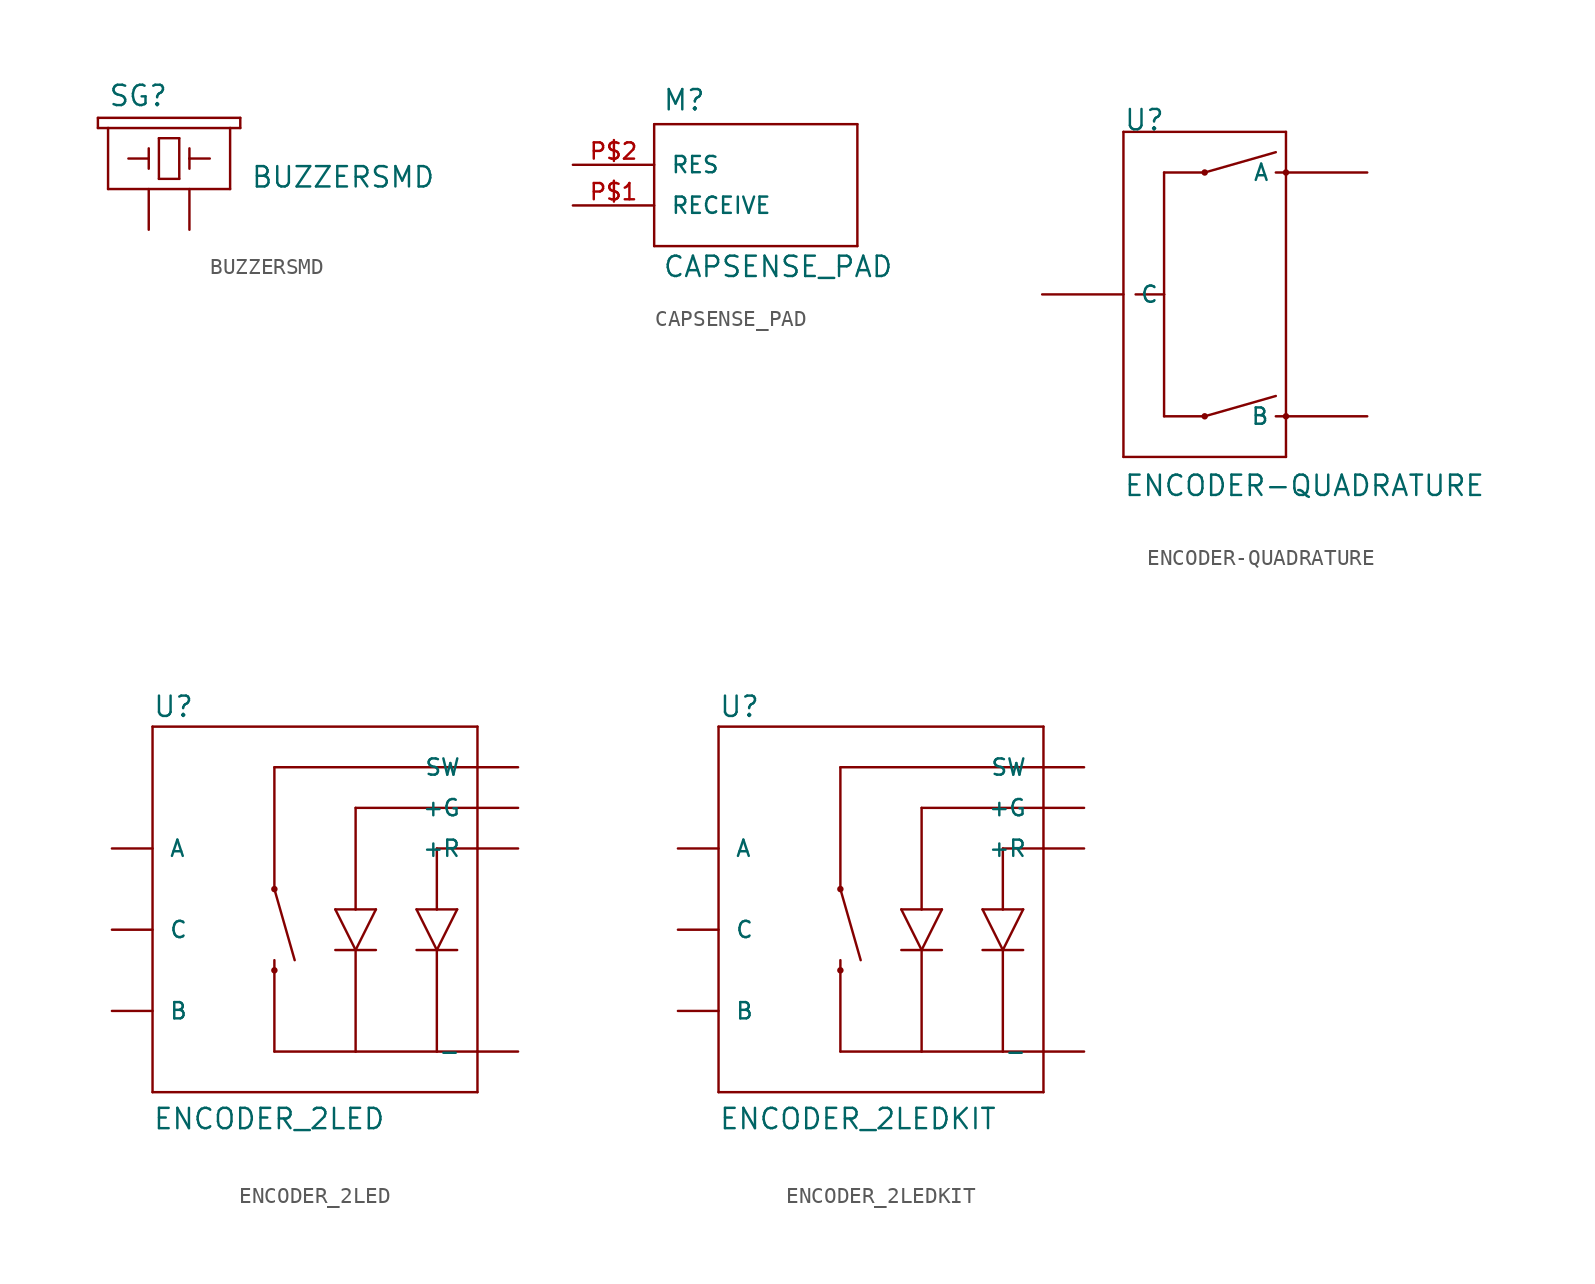
<source format=kicad_sym>
(kicad_symbol_lib
  (version 20211014)
  (generator kicad_symbol_editor)
  (symbol "BUZZERSMD"
    (pin_numbers hide)
    (pin_names
      (offset 1.016) hide)
    (property "Reference" "SG"
      (at -2.54 5.08 0)
      (effects (font (size 1.27 1.27)) (justify left bottom)))
    (property "Value" "BUZZERSMD"
      (at 6.35 0 0)
      (effects (font (size 1.27 1.27)) (justify left bottom)))
    (property "ki_locked" ""
      (at 0 0 0)
      (effects (font (size 1.27 1.27))))
    (symbol "BUZZERSMD_1_0"
      (polyline (pts (xy -3.175 3.81) (xy -2.54 3.81)) (stroke (width 0) (type default) (color 0 0 0 0)) (fill (type none)))
      (polyline (pts (xy -3.175 4.445) (xy -3.175 3.81)) (stroke (width 0) (type default) (color 0 0 0 0)) (fill (type none)))
      (polyline (pts (xy -2.54 0) (xy 5.08 0)) (stroke (width 0) (type default) (color 0 0 0 0)) (fill (type none)))
      (polyline (pts (xy -2.54 3.81) (xy -2.54 0)) (stroke (width 0) (type default) (color 0 0 0 0)) (fill (type none)))
      (polyline (pts (xy -2.54 3.81) (xy 5.08 3.81)) (stroke (width 0) (type default) (color 0 0 0 0)) (fill (type none)))
      (polyline (pts (xy -1.27 1.905) (xy 0 1.905)) (stroke (width 0) (type default) (color 0 0 0 0)) (fill (type none)))
      (polyline (pts (xy 0 1.905) (xy 0 1.27)) (stroke (width 0) (type default) (color 0 0 0 0)) (fill (type none)))
      (polyline (pts (xy 0 1.905) (xy 0 2.54)) (stroke (width 0) (type default) (color 0 0 0 0)) (fill (type none)))
      (polyline (pts (xy 0.635 0.635) (xy 1.905 0.635)) (stroke (width 0) (type default) (color 0 0 0 0)) (fill (type none)))
      (polyline (pts (xy 0.635 3.175) (xy 0.635 0.635)) (stroke (width 0) (type default) (color 0 0 0 0)) (fill (type none)))
      (polyline (pts (xy 1.905 0.635) (xy 1.905 3.175)) (stroke (width 0) (type default) (color 0 0 0 0)) (fill (type none)))
      (polyline (pts (xy 1.905 3.175) (xy 0.635 3.175)) (stroke (width 0) (type default) (color 0 0 0 0)) (fill (type none)))
      (polyline (pts (xy 2.54 1.905) (xy 2.54 1.27)) (stroke (width 0) (type default) (color 0 0 0 0)) (fill (type none)))
      (polyline (pts (xy 2.54 1.905) (xy 3.81 1.905)) (stroke (width 0) (type default) (color 0 0 0 0)) (fill (type none)))
      (polyline (pts (xy 2.54 2.54) (xy 2.54 1.905)) (stroke (width 0) (type default) (color 0 0 0 0)) (fill (type none)))
      (polyline (pts (xy 5.08 0) (xy 5.08 3.81)) (stroke (width 0) (type default) (color 0 0 0 0)) (fill (type none)))
      (polyline (pts (xy 5.08 3.81) (xy 5.715 3.81)) (stroke (width 0) (type default) (color 0 0 0 0)) (fill (type none)))
      (polyline (pts (xy 5.715 3.81) (xy 5.715 4.445)) (stroke (width 0) (type default) (color 0 0 0 0)) (fill (type none)))
      (polyline (pts (xy 5.715 4.445) (xy -3.175 4.445)) (stroke (width 0) (type default) (color 0 0 0 0)) (fill (type none))))
    (symbol "BUZZERSMD_1_1"
      (pin passive line (at 0 -2.54 90) (length 2.54) (name "1" (effects (font (size 1.016 1.016)))) (number "P$1" (effects (font (size 1.016 1.016)))))
      (pin passive line (at 2.54 -2.54 90) (length 2.54) (name "2" (effects (font (size 1.016 1.016)))) (number "P$2" (effects (font (size 1.016 1.016)))))))
  (symbol "CAPSENSE_PAD"
    (pin_names
      (offset 1.016))
    (property "Reference" "M"
      (at -4.572 3.302 0)
      (effects (font (size 1.27 1.27)) (justify left bottom)))
    (property "Value" "CAPSENSE_PAD"
      (at -4.572 -7.112 0)
      (effects (font (size 1.27 1.27)) (justify left bottom)))
    (property "ki_locked" ""
      (at 0 0 0)
      (effects (font (size 1.27 1.27))))
    (symbol "CAPSENSE_PAD_1_0"
      (polyline (pts (xy -5.08 -5.08) (xy -5.08 2.54)) (stroke (width 0) (type default) (color 0 0 0 0)) (fill (type none)))
      (polyline (pts (xy -5.08 2.54) (xy 7.62 2.54)) (stroke (width 0) (type default) (color 0 0 0 0)) (fill (type none)))
      (polyline (pts (xy 7.62 -5.08) (xy -5.08 -5.08)) (stroke (width 0) (type default) (color 0 0 0 0)) (fill (type none)))
      (polyline (pts (xy 7.62 2.54) (xy 7.62 -5.08)) (stroke (width 0) (type default) (color 0 0 0 0)) (fill (type none))))
    (symbol "CAPSENSE_PAD_1_1"
      (pin bidirectional line (at -10.16 -2.54 0) (length 5.08) (name "RECEIVE" (effects (font (size 1.016 1.016)))) (number "P$1" (effects (font (size 1.016 1.016)))))
      (pin bidirectional line (at -10.16 0 0) (length 5.08) (name "RES" (effects (font (size 1.016 1.016)))) (number "P$2" (effects (font (size 1.016 1.016)))))))
  (symbol "ENCODER-QUADRATURE"
    (pin_numbers hide)
    (pin_names
      (offset 1.016))
    (property "Reference" "U"
      (at -5.08 10.16 0)
      (effects (font (size 1.27 1.27)) (justify left bottom)))
    (property "Value" "ENCODER-QUADRATURE"
      (at -5.08 -12.7 0)
      (effects (font (size 1.27 1.27)) (justify left bottom)))
    (property "ki_locked" ""
      (at 0 0 0)
      (effects (font (size 1.27 1.27))))
    (symbol "ENCODER-QUADRATURE_1_0"
      (polyline (pts (xy -5.08 -10.16) (xy 5.08 -10.16)) (stroke (width 0) (type default) (color 0 0 0 0)) (fill (type none)))
      (polyline (pts (xy -5.08 10.16) (xy -5.08 -10.16)) (stroke (width 0) (type default) (color 0 0 0 0)) (fill (type none)))
      (polyline (pts (xy -2.54 -7.62) (xy 0 -7.62)) (stroke (width 0) (type default) (color 0 0 0 0)) (fill (type none)))
      (polyline (pts (xy -2.54 0) (xy -4.318 0)) (stroke (width 0) (type default) (color 0 0 0 0)) (fill (type none)))
      (polyline (pts (xy -2.54 0) (xy -2.54 -7.62)) (stroke (width 0) (type default) (color 0 0 0 0)) (fill (type none)))
      (polyline (pts (xy -2.54 7.62) (xy -2.54 0)) (stroke (width 0) (type default) (color 0 0 0 0)) (fill (type none)))
      (polyline (pts (xy 0 -7.62) (xy 4.445 -6.35)) (stroke (width 0) (type default) (color 0 0 0 0)) (fill (type none)))
      (polyline (pts (xy 0 7.62) (xy -2.54 7.62)) (stroke (width 0) (type default) (color 0 0 0 0)) (fill (type none)))
      (polyline (pts (xy 0 7.62) (xy 4.445 8.89)) (stroke (width 0) (type default) (color 0 0 0 0)) (fill (type none)))
      (polyline (pts (xy 4.445 -7.62) (xy 5.08 -7.62)) (stroke (width 0) (type default) (color 0 0 0 0)) (fill (type none)))
      (polyline (pts (xy 4.445 7.62) (xy 5.08 7.62)) (stroke (width 0) (type default) (color 0 0 0 0)) (fill (type none)))
      (polyline (pts (xy 5.08 -10.16) (xy 5.08 10.16)) (stroke (width 0) (type default) (color 0 0 0 0)) (fill (type none)))
      (polyline (pts (xy 5.08 10.16) (xy -5.08 10.16)) (stroke (width 0) (type default) (color 0 0 0 0)) (fill (type none))))
    (symbol "ENCODER-QUADRATURE_1_1"
      (circle (center 0 -7.62) (radius 0.127) (stroke (width 0) (type default) (color 0 0 0 0)) (fill (type outline)))
      (circle (center 0 7.62) (radius 0.127) (stroke (width 0) (type default) (color 0 0 0 0)) (fill (type outline)))
      (circle (center 5.08 -7.62) (radius 0.127) (stroke (width 0) (type default) (color 0 0 0 0)) (fill (type outline)))
      (circle (center 5.08 7.62) (radius 0.127) (stroke (width 0) (type default) (color 0 0 0 0)) (fill (type outline)))
      (pin bidirectional line (at 10.16 7.62 180) (length 5.08) (name "A" (effects (font (size 1.016 1.016)))) (number "A" (effects (font (size 1.016 1.016)))))
      (pin bidirectional line (at 10.16 -7.62 180) (length 5.08) (name "B" (effects (font (size 1.016 1.016)))) (number "B" (effects (font (size 1.016 1.016)))))
      (pin bidirectional line (at -10.16 0 0) (length 5.08) (name "C" (effects (font (size 1.016 1.016)))) (number "C" (effects (font (size 1.016 1.016)))))))
  (symbol "ENCODER_2LED"
    (pin_numbers hide)
    (pin_names
      (offset 1.016))
    (property "Reference" "U"
      (at -10.16 13.208 0)
      (effects (font (size 1.27 1.27)) (justify left bottom)))
    (property "Value" "ENCODER_2LED"
      (at -10.16 -12.573 0)
      (effects (font (size 1.27 1.27)) (justify left bottom)))
    (property "ki_locked" ""
      (at 0 0 0)
      (effects (font (size 1.27 1.27))))
    (symbol "ENCODER_2LED_1_0"
      (polyline (pts (xy -10.16 -10.16) (xy 10.16 -10.16)) (stroke (width 0) (type default) (color 0 0 0 0)) (fill (type none)))
      (polyline (pts (xy -10.16 12.7) (xy -10.16 -10.16)) (stroke (width 0) (type default) (color 0 0 0 0)) (fill (type none)))
      (polyline (pts (xy -2.54 -7.62) (xy 2.54 -7.62)) (stroke (width 0) (type default) (color 0 0 0 0)) (fill (type none)))
      (polyline (pts (xy -2.54 -2.54) (xy -2.54 -7.62)) (stroke (width 0) (type default) (color 0 0 0 0)) (fill (type none)))
      (polyline (pts (xy -2.54 -1.905) (xy -2.54 -2.54)) (stroke (width 0) (type default) (color 0 0 0 0)) (fill (type none)))
      (polyline (pts (xy -2.54 2.54) (xy -2.54 10.16)) (stroke (width 0) (type default) (color 0 0 0 0)) (fill (type none)))
      (polyline (pts (xy -2.54 2.54) (xy -1.27 -1.905)) (stroke (width 0) (type default) (color 0 0 0 0)) (fill (type none)))
      (polyline (pts (xy -2.54 10.16) (xy 10.16 10.16)) (stroke (width 0) (type default) (color 0 0 0 0)) (fill (type none)))
      (polyline (pts (xy 2.54 -7.62) (xy 7.62 -7.62)) (stroke (width 0) (type default) (color 0 0 0 0)) (fill (type none)))
      (polyline (pts (xy 2.54 -1.27) (xy 1.27 -1.27)) (stroke (width 0) (type default) (color 0 0 0 0)) (fill (type none)))
      (polyline (pts (xy 2.54 -1.27) (xy 1.27 1.27)) (stroke (width 0) (type default) (color 0 0 0 0)) (fill (type none)))
      (polyline (pts (xy 2.54 -1.27) (xy 2.54 -7.62)) (stroke (width 0) (type default) (color 0 0 0 0)) (fill (type none)))
      (polyline (pts (xy 2.54 1.27) (xy 1.27 1.27)) (stroke (width 0) (type default) (color 0 0 0 0)) (fill (type none)))
      (polyline (pts (xy 2.54 1.27) (xy 2.54 7.62)) (stroke (width 0) (type default) (color 0 0 0 0)) (fill (type none)))
      (polyline (pts (xy 2.54 7.62) (xy 10.16 7.62)) (stroke (width 0) (type default) (color 0 0 0 0)) (fill (type none)))
      (polyline (pts (xy 3.81 -1.27) (xy 2.54 -1.27)) (stroke (width 0) (type default) (color 0 0 0 0)) (fill (type none)))
      (polyline (pts (xy 3.81 1.27) (xy 2.54 -1.27)) (stroke (width 0) (type default) (color 0 0 0 0)) (fill (type none)))
      (polyline (pts (xy 3.81 1.27) (xy 2.54 1.27)) (stroke (width 0) (type default) (color 0 0 0 0)) (fill (type none)))
      (polyline (pts (xy 7.62 -7.62) (xy 10.16 -7.62)) (stroke (width 0) (type default) (color 0 0 0 0)) (fill (type none)))
      (polyline (pts (xy 7.62 -1.27) (xy 6.35 -1.27)) (stroke (width 0) (type default) (color 0 0 0 0)) (fill (type none)))
      (polyline (pts (xy 7.62 -1.27) (xy 6.35 1.27)) (stroke (width 0) (type default) (color 0 0 0 0)) (fill (type none)))
      (polyline (pts (xy 7.62 -1.27) (xy 7.62 -7.62)) (stroke (width 0) (type default) (color 0 0 0 0)) (fill (type none)))
      (polyline (pts (xy 7.62 1.27) (xy 6.35 1.27)) (stroke (width 0) (type default) (color 0 0 0 0)) (fill (type none)))
      (polyline (pts (xy 7.62 1.27) (xy 7.62 5.08)) (stroke (width 0) (type default) (color 0 0 0 0)) (fill (type none)))
      (polyline (pts (xy 7.62 5.08) (xy 10.16 5.08)) (stroke (width 0) (type default) (color 0 0 0 0)) (fill (type none)))
      (polyline (pts (xy 8.89 -1.27) (xy 7.62 -1.27)) (stroke (width 0) (type default) (color 0 0 0 0)) (fill (type none)))
      (polyline (pts (xy 8.89 1.27) (xy 7.62 -1.27)) (stroke (width 0) (type default) (color 0 0 0 0)) (fill (type none)))
      (polyline (pts (xy 8.89 1.27) (xy 7.62 1.27)) (stroke (width 0) (type default) (color 0 0 0 0)) (fill (type none)))
      (polyline (pts (xy 10.16 -10.16) (xy 10.16 -7.62)) (stroke (width 0) (type default) (color 0 0 0 0)) (fill (type none)))
      (polyline (pts (xy 10.16 -7.62) (xy 10.16 5.08)) (stroke (width 0) (type default) (color 0 0 0 0)) (fill (type none)))
      (polyline (pts (xy 10.16 5.08) (xy 10.16 7.62)) (stroke (width 0) (type default) (color 0 0 0 0)) (fill (type none)))
      (polyline (pts (xy 10.16 7.62) (xy 10.16 10.16)) (stroke (width 0) (type default) (color 0 0 0 0)) (fill (type none)))
      (polyline (pts (xy 10.16 10.16) (xy 10.16 12.7)) (stroke (width 0) (type default) (color 0 0 0 0)) (fill (type none)))
      (polyline (pts (xy 10.16 12.7) (xy -10.16 12.7)) (stroke (width 0) (type default) (color 0 0 0 0)) (fill (type none))))
    (symbol "ENCODER_2LED_1_1"
      (circle (center -2.54 -2.54) (radius 0.127) (stroke (width 0) (type default) (color 0 0 0 0)) (fill (type outline)))
      (circle (center -2.54 2.54) (radius 0.127) (stroke (width 0) (type default) (color 0 0 0 0)) (fill (type outline)))
      (pin passive line (at 12.7 7.62 180) (length 2.54) (name "+G" (effects (font (size 1.016 1.016)))) (number "+G" (effects (font (size 1.016 1.016)))))
      (pin passive line (at 12.7 5.08 180) (length 2.54) (name "+R" (effects (font (size 1.016 1.016)))) (number "+R" (effects (font (size 1.016 1.016)))))
      (pin bidirectional line (at -12.7 5.08 0) (length 2.54) (name "A" (effects (font (size 1.016 1.016)))) (number "A" (effects (font (size 1.016 1.016)))))
      (pin bidirectional line (at -12.7 -5.08 0) (length 2.54) (name "B" (effects (font (size 1.016 1.016)))) (number "B" (effects (font (size 1.016 1.016)))))
      (pin bidirectional line (at -12.7 0 0) (length 2.54) (name "C" (effects (font (size 1.016 1.016)))) (number "C" (effects (font (size 1.016 1.016)))))
      (pin passive line (at 12.7 -7.62 180) (length 2.54) (name "-" (effects (font (size 1.016 1.016)))) (number "GND" (effects (font (size 1.016 1.016)))))
      (pin passive line (at 12.7 10.16 180) (length 2.54) (name "SW" (effects (font (size 1.016 1.016)))) (number "SW" (effects (font (size 1.016 1.016)))))))
  (symbol "ENCODER_2LEDKIT"
    (pin_numbers hide)
    (pin_names
      (offset 1.016))
    (property "Reference" "U"
      (at -10.16 13.208 0)
      (effects (font (size 1.27 1.27)) (justify left bottom)))
    (property "Value" "ENCODER_2LEDKIT"
      (at -10.16 -12.573 0)
      (effects (font (size 1.27 1.27)) (justify left bottom)))
    (property "ki_locked" ""
      (at 0 0 0)
      (effects (font (size 1.27 1.27))))
    (symbol "ENCODER_2LEDKIT_1_0"
      (polyline (pts (xy -10.16 -10.16) (xy 10.16 -10.16)) (stroke (width 0) (type default) (color 0 0 0 0)) (fill (type none)))
      (polyline (pts (xy -10.16 12.7) (xy -10.16 -10.16)) (stroke (width 0) (type default) (color 0 0 0 0)) (fill (type none)))
      (polyline (pts (xy -2.54 -7.62) (xy 2.54 -7.62)) (stroke (width 0) (type default) (color 0 0 0 0)) (fill (type none)))
      (polyline (pts (xy -2.54 -2.54) (xy -2.54 -7.62)) (stroke (width 0) (type default) (color 0 0 0 0)) (fill (type none)))
      (polyline (pts (xy -2.54 -1.905) (xy -2.54 -2.54)) (stroke (width 0) (type default) (color 0 0 0 0)) (fill (type none)))
      (polyline (pts (xy -2.54 2.54) (xy -2.54 10.16)) (stroke (width 0) (type default) (color 0 0 0 0)) (fill (type none)))
      (polyline (pts (xy -2.54 2.54) (xy -1.27 -1.905)) (stroke (width 0) (type default) (color 0 0 0 0)) (fill (type none)))
      (polyline (pts (xy -2.54 10.16) (xy 10.16 10.16)) (stroke (width 0) (type default) (color 0 0 0 0)) (fill (type none)))
      (polyline (pts (xy 2.54 -7.62) (xy 7.62 -7.62)) (stroke (width 0) (type default) (color 0 0 0 0)) (fill (type none)))
      (polyline (pts (xy 2.54 -1.27) (xy 1.27 -1.27)) (stroke (width 0) (type default) (color 0 0 0 0)) (fill (type none)))
      (polyline (pts (xy 2.54 -1.27) (xy 1.27 1.27)) (stroke (width 0) (type default) (color 0 0 0 0)) (fill (type none)))
      (polyline (pts (xy 2.54 -1.27) (xy 2.54 -7.62)) (stroke (width 0) (type default) (color 0 0 0 0)) (fill (type none)))
      (polyline (pts (xy 2.54 1.27) (xy 1.27 1.27)) (stroke (width 0) (type default) (color 0 0 0 0)) (fill (type none)))
      (polyline (pts (xy 2.54 1.27) (xy 2.54 7.62)) (stroke (width 0) (type default) (color 0 0 0 0)) (fill (type none)))
      (polyline (pts (xy 2.54 7.62) (xy 10.16 7.62)) (stroke (width 0) (type default) (color 0 0 0 0)) (fill (type none)))
      (polyline (pts (xy 3.81 -1.27) (xy 2.54 -1.27)) (stroke (width 0) (type default) (color 0 0 0 0)) (fill (type none)))
      (polyline (pts (xy 3.81 1.27) (xy 2.54 -1.27)) (stroke (width 0) (type default) (color 0 0 0 0)) (fill (type none)))
      (polyline (pts (xy 3.81 1.27) (xy 2.54 1.27)) (stroke (width 0) (type default) (color 0 0 0 0)) (fill (type none)))
      (polyline (pts (xy 7.62 -7.62) (xy 10.16 -7.62)) (stroke (width 0) (type default) (color 0 0 0 0)) (fill (type none)))
      (polyline (pts (xy 7.62 -1.27) (xy 6.35 -1.27)) (stroke (width 0) (type default) (color 0 0 0 0)) (fill (type none)))
      (polyline (pts (xy 7.62 -1.27) (xy 6.35 1.27)) (stroke (width 0) (type default) (color 0 0 0 0)) (fill (type none)))
      (polyline (pts (xy 7.62 -1.27) (xy 7.62 -7.62)) (stroke (width 0) (type default) (color 0 0 0 0)) (fill (type none)))
      (polyline (pts (xy 7.62 1.27) (xy 6.35 1.27)) (stroke (width 0) (type default) (color 0 0 0 0)) (fill (type none)))
      (polyline (pts (xy 7.62 1.27) (xy 7.62 5.08)) (stroke (width 0) (type default) (color 0 0 0 0)) (fill (type none)))
      (polyline (pts (xy 7.62 5.08) (xy 10.16 5.08)) (stroke (width 0) (type default) (color 0 0 0 0)) (fill (type none)))
      (polyline (pts (xy 8.89 -1.27) (xy 7.62 -1.27)) (stroke (width 0) (type default) (color 0 0 0 0)) (fill (type none)))
      (polyline (pts (xy 8.89 1.27) (xy 7.62 -1.27)) (stroke (width 0) (type default) (color 0 0 0 0)) (fill (type none)))
      (polyline (pts (xy 8.89 1.27) (xy 7.62 1.27)) (stroke (width 0) (type default) (color 0 0 0 0)) (fill (type none)))
      (polyline (pts (xy 10.16 -10.16) (xy 10.16 -7.62)) (stroke (width 0) (type default) (color 0 0 0 0)) (fill (type none)))
      (polyline (pts (xy 10.16 -7.62) (xy 10.16 5.08)) (stroke (width 0) (type default) (color 0 0 0 0)) (fill (type none)))
      (polyline (pts (xy 10.16 5.08) (xy 10.16 7.62)) (stroke (width 0) (type default) (color 0 0 0 0)) (fill (type none)))
      (polyline (pts (xy 10.16 7.62) (xy 10.16 10.16)) (stroke (width 0) (type default) (color 0 0 0 0)) (fill (type none)))
      (polyline (pts (xy 10.16 10.16) (xy 10.16 12.7)) (stroke (width 0) (type default) (color 0 0 0 0)) (fill (type none)))
      (polyline (pts (xy 10.16 12.7) (xy -10.16 12.7)) (stroke (width 0) (type default) (color 0 0 0 0)) (fill (type none))))
    (symbol "ENCODER_2LEDKIT_1_1"
      (circle (center -2.54 -2.54) (radius 0.127) (stroke (width 0) (type default) (color 0 0 0 0)) (fill (type outline)))
      (circle (center -2.54 2.54) (radius 0.127) (stroke (width 0) (type default) (color 0 0 0 0)) (fill (type outline)))
      (pin passive line (at 12.7 7.62 180) (length 2.54) (name "+G" (effects (font (size 1.016 1.016)))) (number "+G" (effects (font (size 1.016 1.016)))))
      (pin passive line (at 12.7 5.08 180) (length 2.54) (name "+R" (effects (font (size 1.016 1.016)))) (number "+R" (effects (font (size 1.016 1.016)))))
      (pin bidirectional line (at -12.7 5.08 0) (length 2.54) (name "A" (effects (font (size 1.016 1.016)))) (number "A" (effects (font (size 1.016 1.016)))))
      (pin bidirectional line (at -12.7 -5.08 0) (length 2.54) (name "B" (effects (font (size 1.016 1.016)))) (number "B" (effects (font (size 1.016 1.016)))))
      (pin bidirectional line (at -12.7 0 0) (length 2.54) (name "C" (effects (font (size 1.016 1.016)))) (number "C" (effects (font (size 1.016 1.016)))))
      (pin passive line (at 12.7 -7.62 180) (length 2.54) (name "-" (effects (font (size 1.016 1.016)))) (number "GND" (effects (font (size 1.016 1.016)))))
      (pin passive line (at 12.7 10.16 180) (length 2.54) (name "SW" (effects (font (size 1.016 1.016)))) (number "SW" (effects (font (size 1.016 1.016))))))))
</source>
